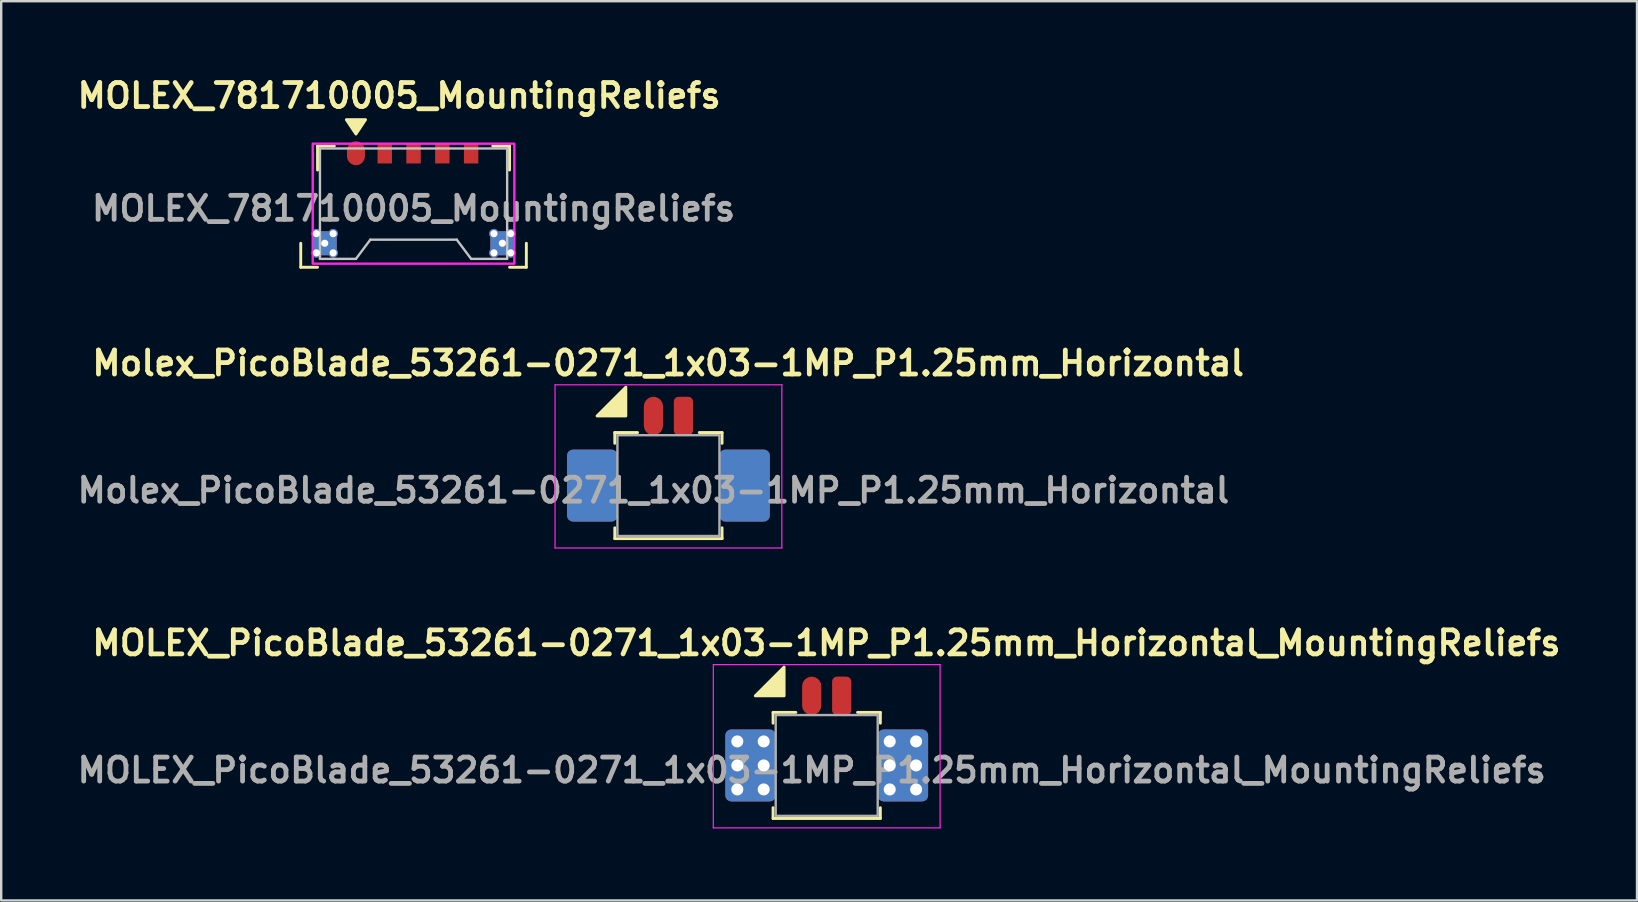
<source format=kicad_pcb>
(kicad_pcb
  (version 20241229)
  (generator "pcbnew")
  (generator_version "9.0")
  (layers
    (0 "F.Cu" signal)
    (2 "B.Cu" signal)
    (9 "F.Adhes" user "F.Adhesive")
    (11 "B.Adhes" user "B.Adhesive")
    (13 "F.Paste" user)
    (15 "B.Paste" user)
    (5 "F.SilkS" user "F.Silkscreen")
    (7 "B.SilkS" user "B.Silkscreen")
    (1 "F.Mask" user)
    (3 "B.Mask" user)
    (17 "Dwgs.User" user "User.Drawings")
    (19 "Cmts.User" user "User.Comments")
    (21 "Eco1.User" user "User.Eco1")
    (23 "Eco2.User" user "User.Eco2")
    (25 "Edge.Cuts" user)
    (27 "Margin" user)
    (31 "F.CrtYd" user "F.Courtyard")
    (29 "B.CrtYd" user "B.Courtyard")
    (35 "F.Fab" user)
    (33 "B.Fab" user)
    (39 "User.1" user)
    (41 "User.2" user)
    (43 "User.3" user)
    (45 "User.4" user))
  (footprint "MOLEX_PicoBlade_53261-0271_1x03-1MP_P1.25mm_Horizontal_MountingReliefs"
    (layer "F.Cu")
    (at 31.386 28.343)
    (property "Reference" "MOLEX_PicoBlade_53261-0271_1x03-1MP_P1.25mm_Horizontal_MountingReliefs" (at 0 -4.6 0) (layer "F.SilkS") (effects (font (size 1 1) (thickness 0.2))))
    (attr smd)
    (fp_line (start -2.225 -1.71) (end -1.275 -1.71) (stroke (width 0.12) (type solid)) (layer "F.SilkS"))
    (fp_line (start -2.225 -1.26) (end -2.225 -1.71) (stroke (width 0.12) (type solid)) (layer "F.SilkS"))
    (fp_line (start -2.225 2.26) (end -2.225 2.71) (stroke (width 0.12) (type solid)) (layer "F.SilkS"))
    (fp_line (start -2.225 2.71) (end 2.245 2.71) (stroke (width 0.12) (type solid)) (layer "F.SilkS"))
    (fp_line (start 2.245 -1.71) (end 1.295 -1.71) (stroke (width 0.12) (type solid)) (layer "F.SilkS"))
    (fp_line (start 2.245 -1.26) (end 2.245 -1.71) (stroke (width 0.12) (type solid)) (layer "F.SilkS"))
    (fp_line (start 2.245 2.71) (end 2.245 2.26) (stroke (width 0.12) (type solid)) (layer "F.SilkS"))
    (fp_poly (pts (xy -1.765 -2.4) (xy -2.965 -2.4) (xy -1.765 -3.6)) (stroke (width 0.12) (type solid)) (fill yes) (layer "F.SilkS"))
    (fp_line (start -4.715 -3.7) (end -4.715 3.1) (stroke (width 0.05) (type solid)) (layer "F.CrtYd"))
    (fp_line (start -4.715 3.1) (end 4.735 3.1) (stroke (width 0.05) (type solid)) (layer "F.CrtYd"))
    (fp_line (start 4.735 -3.7) (end -4.715 -3.7) (stroke (width 0.05) (type solid)) (layer "F.CrtYd"))
    (fp_line (start 4.735 3.1) (end 4.735 -3.7) (stroke (width 0.05) (type solid)) (layer "F.CrtYd"))
    (fp_line (start -2.115 -1.6) (end -2.115 2.6) (stroke (width 0.1) (type solid)) (layer "F.Fab"))
    (fp_line (start -2.115 -1.6) (end 2.135 -1.6) (stroke (width 0.1) (type solid)) (layer "F.Fab"))
    (fp_line (start -2.115 2.6) (end 2.135 2.6) (stroke (width 0.1) (type solid)) (layer "F.Fab"))
    (fp_line (start 2.135 -1.6) (end 2.135 2.6) (stroke (width 0.1) (type solid)) (layer "F.Fab"))
    (fp_text user "${REFERENCE}" (at -0.615 0.7 0) (layer "F.Fab") (effects (font (size 1 1) (thickness 0.2))))
    (pad "1" smd roundrect (at -0.615 -2.4) (size 0.8 1.6) (layers "F.Cu" "F.Mask" "F.Paste") (roundrect_rratio 0.5))
    (pad "2" smd roundrect (at 0.635 -2.4) (size 0.8 1.6) (layers "F.Cu" "F.Mask" "F.Paste") (roundrect_rratio 0.25))
    (pad "MP" thru_hole circle (at -3.715 -0.5) (size 0.7 0.7) (drill 0.5) (layers "*.Cu" "F.Mask"))
    (pad "MP" thru_hole circle (at -3.715 0.5) (size 0.7 0.7) (drill 0.5) (layers "*.Cu" "F.Mask"))
    (pad "MP" thru_hole circle (at -3.715 1.5) (size 0.7 0.7) (drill 0.5) (layers "*.Cu" "F.Mask"))
    (pad "MP" smd roundrect (at -3.165 0.5) (size 2.1 3) (layers "F.Cu" "F.Mask" "F.Paste") (roundrect_rratio 0.119))
    (pad "MP" smd roundrect (at -3.165 0.5) (size 2.1 3) (layers "B.Cu") (roundrect_rratio 0.119))
    (pad "MP" thru_hole circle (at -2.615 -0.5) (size 0.7 0.7) (drill 0.5) (layers "*.Cu" "F.Mask"))
    (pad "MP" thru_hole circle (at -2.615 0.5) (size 0.7 0.7) (drill 0.5) (layers "*.Cu" "F.Mask"))
    (pad "MP" thru_hole circle (at -2.615 1.5) (size 0.7 0.7) (drill 0.5) (layers "*.Cu" "F.Mask"))
    (pad "MP" thru_hole circle (at 2.635 -0.5) (size 0.7 0.7) (drill 0.5) (layers "*.Cu" "F.Mask"))
    (pad "MP" thru_hole circle (at 2.635 0.5) (size 0.7 0.7) (drill 0.5) (layers "*.Cu" "F.Mask"))
    (pad "MP" thru_hole circle (at 2.635 1.5) (size 0.7 0.7) (drill 0.5) (layers "*.Cu" "F.Mask"))
    (pad "MP" smd roundrect (at 3.185 0.5) (size 2.1 3) (layers "F.Cu" "F.Mask" "F.Paste") (roundrect_rratio 0.119))
    (pad "MP" smd roundrect (at 3.185 0.5) (size 2.1 3) (layers "B.Cu") (roundrect_rratio 0.119))
    (pad "MP" thru_hole circle (at 3.735 -0.5) (size 0.7 0.7) (drill 0.5) (layers "*.Cu" "F.Mask"))
    (pad "MP" thru_hole circle (at 3.735 0.5) (size 0.7 0.7) (drill 0.5) (layers "*.Cu" "F.Mask"))
    (pad "MP" thru_hole circle (at 3.735 1.5) (size 0.7 0.7) (drill 0.5) (layers "*.Cu" "F.Mask")))
  (footprint "MOLEX_781710005_MountingReliefs"
    (layer "F.Cu")
    (at 14.181 3.336)
    (property "Reference" "MOLEX_781710005_MountingReliefs" (at -0.6 -2.4 0) (unlocked yes) (layer "F.SilkS") (effects (font (size 1 1) (thickness 0.2))))
    (attr smd)
    (fp_line (start -4.7 4.75) (end -4.7 3.75) (stroke (width 0.12) (type solid)) (layer "F.SilkS"))
    (fp_line (start -4.7 4.75) (end -4 4.75) (stroke (width 0.12) (type solid)) (layer "F.SilkS"))
    (fp_line (start -4 -0.3) (end -4 0.7) (stroke (width 0.12) (type solid)) (layer "F.SilkS"))
    (fp_line (start -4 -0.3) (end -3.3 -0.3) (stroke (width 0.12) (type solid)) (layer "F.SilkS"))
    (fp_line (start 3.3 -0.3) (end 4 -0.3) (stroke (width 0.12) (type solid)) (layer "F.SilkS"))
    (fp_line (start 4 -0.3) (end 4 0.7) (stroke (width 0.12) (type solid)) (layer "F.SilkS"))
    (fp_line (start 4 4.75) (end 4.7 4.75) (stroke (width 0.12) (type solid)) (layer "F.SilkS"))
    (fp_line (start 4.7 4.75) (end 4.7 3.75) (stroke (width 0.12) (type solid)) (layer "F.SilkS"))
    (fp_poly (pts (xy -2.4 -0.8) (xy -2.8 -1.4) (xy -2 -1.4)) (stroke (width 0.12) (type solid)) (fill yes) (layer "F.SilkS"))
    (fp_rect (start -3.05 3.05) (end -4.35 4.45) (stroke (width 0) (type solid)) (fill yes) (layer "F.Paste"))
    (fp_rect (start 4.35 3.05) (end 3.05 4.45) (stroke (width 0) (type solid)) (fill yes) (layer "F.Paste"))
    (fp_line (start -3.9 -0.2) (end -3.9 4.4) (stroke (width 0.1) (type solid)) (layer "Dwgs.User"))
    (fp_line (start -3.9 4.4) (end -2.4 4.4) (stroke (width 0.1) (type solid)) (layer "Dwgs.User"))
    (fp_line (start -2.4 4.4) (end -1.8 3.6) (stroke (width 0.1) (type solid)) (layer "Dwgs.User"))
    (fp_line (start -1.8 3.6) (end 1.8 3.6) (stroke (width 0.1) (type solid)) (layer "Dwgs.User"))
    (fp_line (start 2.4 4.4) (end 1.8 3.6) (stroke (width 0.1) (type solid)) (layer "Dwgs.User"))
    (fp_line (start 2.4 4.4) (end 3.9 4.4) (stroke (width 0.1) (type solid)) (layer "Dwgs.User"))
    (fp_line (start 3.9 -0.2) (end -3.9 -0.2) (stroke (width 0.1) (type solid)) (layer "Dwgs.User"))
    (fp_line (start 3.9 4.4) (end 3.9 -0.2) (stroke (width 0.1) (type solid)) (layer "Dwgs.User"))
    (fp_rect (start -4.2 -0.4) (end 4.2 4.6) (stroke (width 0.1) (type solid)) (fill no) (layer "F.CrtYd"))
    (fp_text user "${REFERENCE}" (at 0 2.3 0) (unlocked yes) (layer "F.Fab") (effects (font (size 1 1) (thickness 0.2))))
    (pad "1" smd roundrect (at -2.4 0 90) (size 1 0.75) (layers "F.Cu" "F.Mask" "F.Paste") (roundrect_rratio 0.5))
    (pad "2" smd rect (at -1.2 0 90) (size 0.85 0.6) (layers "F.Cu" "F.Mask" "F.Paste"))
    (pad "3" smd rect (at 0 0 90) (size 0.85 0.6) (layers "F.Cu" "F.Mask" "F.Paste"))
    (pad "4" smd rect (at 1.2 0 90) (size 0.85 0.6) (layers "F.Cu" "F.Mask" "F.Paste"))
    (pad "5" smd rect (at 2.4 0 90) (size 0.85 0.6) (layers "F.Cu" "F.Mask" "F.Paste"))
    (pad "MP" thru_hole circle (at -4.05 3.35 90) (size 0.4 0.4) (drill 0.3) (layers "*.Cu" "F.Mask"))
    (pad "MP" thru_hole circle (at -4.05 4.15 90) (size 0.4 0.4) (drill 0.3) (layers "*.Cu" "F.Mask"))
    (pad "MP" thru_hole circle (at -3.7 3.75 90) (size 0.4 0.4) (drill 0.3) (layers "*.Cu" "F.Mask"))
    (pad "MP" smd rect (at -3.7 3.75 90) (size 1 1) (layers "F.Cu" "F.Mask" "F.Paste"))
    (pad "MP" smd rect (at -3.7 3.75 270) (size 1 1) (layers "B.Cu"))
    (pad "MP" thru_hole circle (at -3.35 3.35 90) (size 0.4 0.4) (drill 0.3) (layers "*.Cu" "F.Mask"))
    (pad "MP" thru_hole circle (at -3.35 4.15 90) (size 0.4 0.4) (drill 0.3) (layers "*.Cu" "F.Mask"))
    (pad "MP" thru_hole circle (at 3.35 3.35 90) (size 0.4 0.4) (drill 0.3) (layers "*.Cu" "F.Mask"))
    (pad "MP" thru_hole circle (at 3.35 4.15 90) (size 0.4 0.4) (drill 0.3) (layers "*.Cu" "F.Mask"))
    (pad "MP" thru_hole circle (at 3.7 3.75 90) (size 0.4 0.4) (drill 0.3) (layers "*.Cu" "F.Mask"))
    (pad "MP" smd rect (at 3.7 3.75 90) (size 1 1) (layers "F.Cu" "F.Mask" "F.Paste"))
    (pad "MP" smd rect (at 3.7 3.75 270) (size 1 1) (layers "B.Cu"))
    (pad "MP" thru_hole circle (at 4.05 3.35 90) (size 0.4 0.4) (drill 0.3) (layers "*.Cu" "F.Mask"))
    (pad "MP" thru_hole circle (at 4.05 4.15 90) (size 0.4 0.4) (drill 0.3) (layers "*.Cu" "F.Mask")))
  (footprint "Molex_PicoBlade_53261-0271_1x03-1MP_P1.25mm_Horizontal"
    (layer "F.Cu")
    (at 24.791 16.682)
    (property "Reference" "Molex_PicoBlade_53261-0271_1x03-1MP_P1.25mm_Horizontal" (at 0 -4.6 0) (layer "F.SilkS") (effects (font (size 1 1) (thickness 0.2))))
    (attr smd)
    (fp_line (start -2.225 -1.71) (end -1.275 -1.71) (stroke (width 0.12) (type solid)) (layer "F.SilkS"))
    (fp_line (start -2.225 -1.26) (end -2.225 -1.71) (stroke (width 0.12) (type solid)) (layer "F.SilkS"))
    (fp_line (start -2.225 2.26) (end -2.225 2.71) (stroke (width 0.12) (type solid)) (layer "F.SilkS"))
    (fp_line (start -2.225 2.71) (end 2.245 2.71) (stroke (width 0.12) (type solid)) (layer "F.SilkS"))
    (fp_line (start 2.245 -1.71) (end 1.295 -1.71) (stroke (width 0.12) (type solid)) (layer "F.SilkS"))
    (fp_line (start 2.245 -1.26) (end 2.245 -1.71) (stroke (width 0.12) (type solid)) (layer "F.SilkS"))
    (fp_line (start 2.245 2.71) (end 2.245 2.26) (stroke (width 0.12) (type solid)) (layer "F.SilkS"))
    (fp_poly (pts (xy -1.765 -2.4) (xy -2.965 -2.4) (xy -1.765 -3.6)) (stroke (width 0.12) (type solid)) (fill yes) (layer "F.SilkS"))
    (fp_line (start -4.715 -3.7) (end -4.715 3.1) (stroke (width 0.05) (type solid)) (layer "F.CrtYd"))
    (fp_line (start -4.715 3.1) (end 4.735 3.1) (stroke (width 0.05) (type solid)) (layer "F.CrtYd"))
    (fp_line (start 4.735 -3.7) (end -4.715 -3.7) (stroke (width 0.05) (type solid)) (layer "F.CrtYd"))
    (fp_line (start 4.735 3.1) (end 4.735 -3.7) (stroke (width 0.05) (type solid)) (layer "F.CrtYd"))
    (fp_line (start -2.115 -1.6) (end -2.115 2.6) (stroke (width 0.1) (type solid)) (layer "F.Fab"))
    (fp_line (start -2.115 -1.6) (end 2.135 -1.6) (stroke (width 0.1) (type solid)) (layer "F.Fab"))
    (fp_line (start -2.115 2.6) (end 2.135 2.6) (stroke (width 0.1) (type solid)) (layer "F.Fab"))
    (fp_line (start 2.135 -1.6) (end 2.135 2.6) (stroke (width 0.1) (type solid)) (layer "F.Fab"))
    (fp_text user "${REFERENCE}" (at -0.615 0.7 0) (layer "F.Fab") (effects (font (size 1 1) (thickness 0.2))))
    (pad "1" smd roundrect (at -0.615 -2.4) (size 0.8 1.6) (layers "F.Cu" "F.Mask" "F.Paste") (roundrect_rratio 0.5))
    (pad "2" smd roundrect (at 0.635 -2.4) (size 0.8 1.6) (layers "F.Cu" "F.Mask" "F.Paste") (roundrect_rratio 0.25))
    (pad "MP" smd roundrect (at -3.165 0.5) (size 2.1 3) (layers "F.Cu" "F.Mask" "F.Paste") (roundrect_rratio 0.119))
    (pad "MP" smd roundrect (at -3.165 0.5) (size 2.1 3) (layers "B.Cu") (roundrect_rratio 0.119))
    (pad "MP" smd roundrect (at 3.185 0.5) (size 2.1 3) (layers "F.Cu" "F.Mask" "F.Paste") (roundrect_rratio 0.119))
    (pad "MP" smd roundrect (at 3.185 0.5) (size 2.1 3) (layers "B.Cu") (roundrect_rratio 0.119)))
  (gr_rect
    (start -3 -3)
    (end 65.158 34.468)
    (stroke (width 0.1) (type default))
    (fill no)
    (layer "Edge.Cuts")))
</source>
